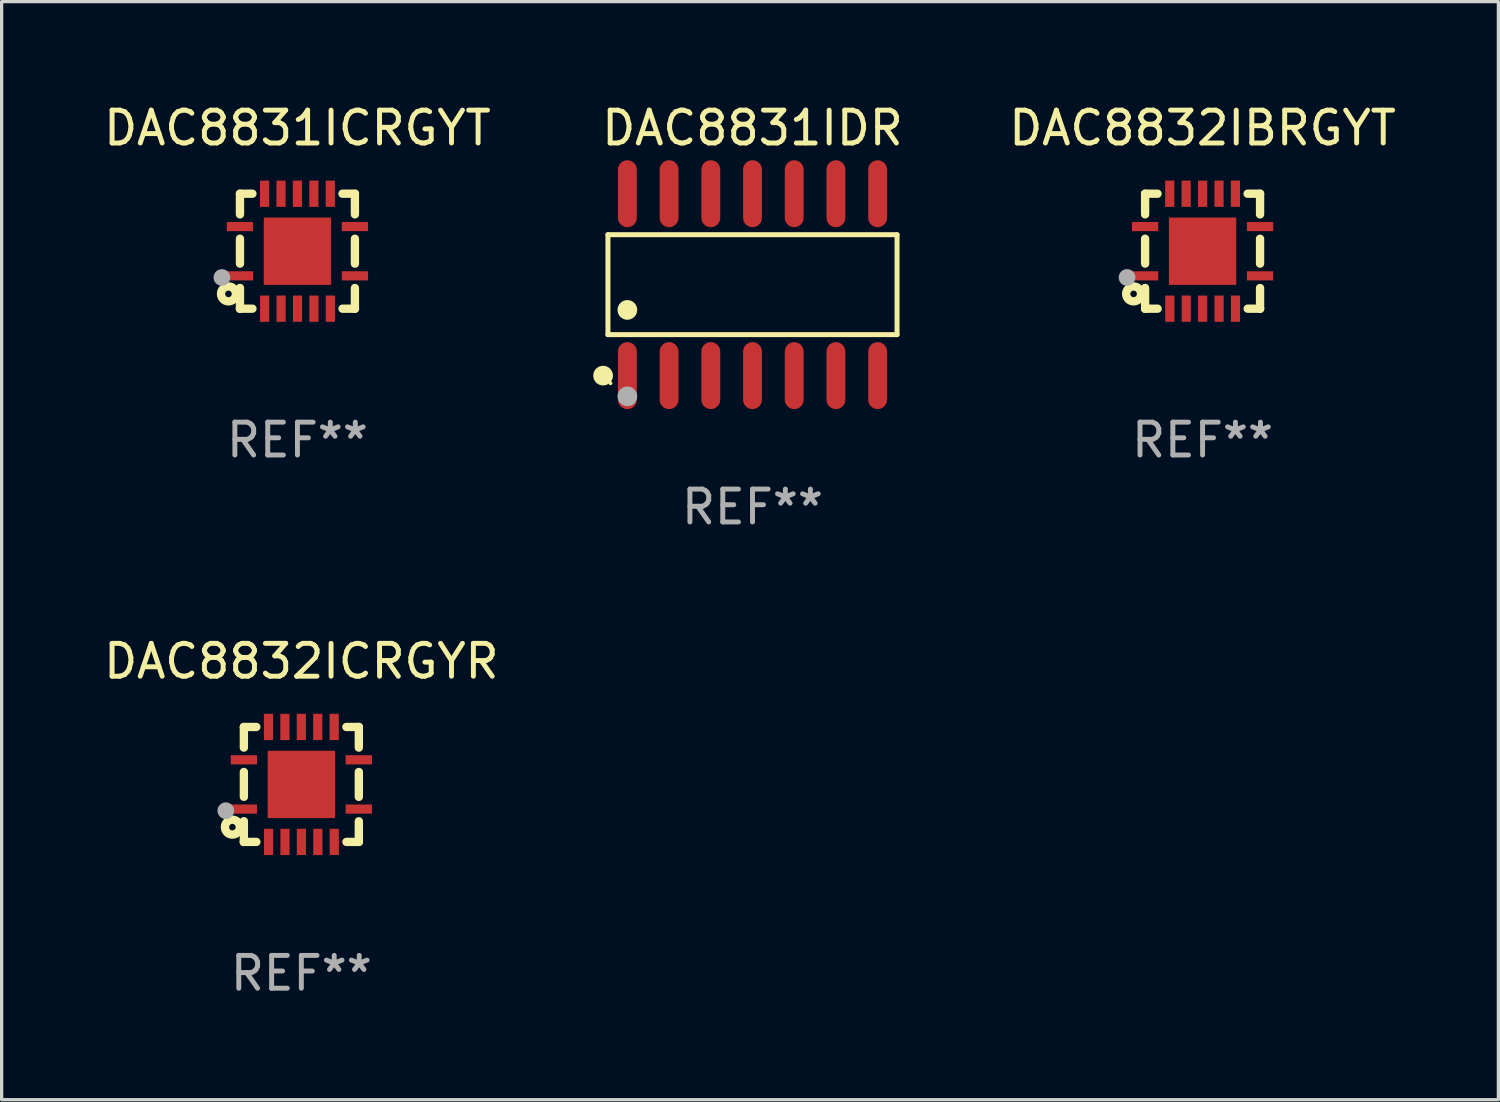
<source format=kicad_pcb>
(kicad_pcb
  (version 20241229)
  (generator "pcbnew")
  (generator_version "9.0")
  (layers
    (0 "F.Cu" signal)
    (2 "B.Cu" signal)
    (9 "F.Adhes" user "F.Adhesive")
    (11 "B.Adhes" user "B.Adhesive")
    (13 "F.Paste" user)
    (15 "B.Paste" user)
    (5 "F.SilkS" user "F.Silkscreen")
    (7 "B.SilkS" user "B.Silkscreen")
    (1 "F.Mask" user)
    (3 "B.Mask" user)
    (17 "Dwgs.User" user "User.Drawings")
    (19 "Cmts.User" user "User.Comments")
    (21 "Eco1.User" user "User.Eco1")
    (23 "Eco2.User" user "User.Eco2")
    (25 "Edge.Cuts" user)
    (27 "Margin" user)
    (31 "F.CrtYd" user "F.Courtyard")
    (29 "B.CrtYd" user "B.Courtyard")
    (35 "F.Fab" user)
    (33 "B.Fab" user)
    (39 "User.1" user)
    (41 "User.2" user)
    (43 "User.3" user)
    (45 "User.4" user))
  (footprint "DAC8832IBRGYT"
    (layer "F.Cu")
    (at 33.564 4.598)
    (property "Reference" "DAC8832IBRGYT" (at 0 -3.75 0) (layer "F.SilkS") (effects (font (size 1 1) (thickness 0.15))))
    (attr through_hole)
    (fp_line (start -1.75 1.75) (end -1.37 1.75) (stroke (width 0.254) (type solid)) (layer "F.SilkS"))
    (fp_line (start -1.75 -1.75) (end -1.75 -1.121) (stroke (width 0.254) (type solid)) (layer "F.SilkS"))
    (fp_line (start -1.75 -0.379) (end -1.75 0.377) (stroke (width 0.254) (type solid)) (layer "F.SilkS"))
    (fp_line (start -1.75 1.119) (end -1.75 1.75) (stroke (width 0.254) (type solid)) (layer "F.SilkS"))
    (fp_line (start -1.75 1.75) (end -1.75 1.75) (stroke (width 0.254) (type solid)) (layer "F.SilkS"))
    (fp_line (start -1.371 -1.75) (end -1.75 -1.75) (stroke (width 0.254) (type solid)) (layer "F.SilkS"))
    (fp_line (start 1.373 1.75) (end 1.75 1.75) (stroke (width 0.254) (type solid)) (layer "F.SilkS"))
    (fp_line (start 1.75 1.75) (end 1.75 1.75) (stroke (width 0.254) (type solid)) (layer "F.SilkS"))
    (fp_line (start 1.75 -1.75) (end 1.371 -1.75) (stroke (width 0.254) (type solid)) (layer "F.SilkS"))
    (fp_line (start 1.75 -1.121) (end 1.75 -1.75) (stroke (width 0.254) (type solid)) (layer "F.SilkS"))
    (fp_line (start 1.75 0.379) (end 1.75 -0.379) (stroke (width 0.254) (type solid)) (layer "F.SilkS"))
    (fp_line (start 1.75 1.75) (end 1.75 1.121) (stroke (width 0.254) (type solid)) (layer "F.SilkS"))
    (fp_circle (center -2.1 1.3) (end -2 1.3) (stroke (width 0.254) (type solid)) (fill no) (layer "F.SilkS"))
    (fp_circle (center -1.747 1.751) (end -1.717 1.751) (stroke (width 0.06) (type solid)) (fill no) (layer "F.SilkS"))
    (fp_circle (center -2.3 0.8) (end -2.173 0.8) (stroke (width 0.254) (type solid)) (fill no) (layer "F.Fab"))
    (fp_text user "REF**" (at 0 5.75 0) (layer "F.Fab") (effects (font (size 1 1) (thickness 0.15))))
    (pad "1" smd rect (at -1.75 0.75 270) (size 0.28 0.8) (layers "F.Cu" "F.Mask" "F.Paste"))
    (pad "2" smd rect (at -0.998 1.75 180) (size 0.28 0.8) (layers "F.Cu" "F.Mask" "F.Paste"))
    (pad "3" smd rect (at -0.498 1.75 180) (size 0.28 0.8) (layers "F.Cu" "F.Mask" "F.Paste"))
    (pad "4" smd rect (at 0.002 1.75 180) (size 0.28 0.8) (layers "F.Cu" "F.Mask" "F.Paste"))
    (pad "5" smd rect (at 0.502 1.75 180) (size 0.28 0.8) (layers "F.Cu" "F.Mask" "F.Paste"))
    (pad "6" smd rect (at 1.002 1.75 180) (size 0.28 0.8) (layers "F.Cu" "F.Mask" "F.Paste"))
    (pad "7" smd rect (at 1.75 0.75 270) (size 0.28 0.8) (layers "F.Cu" "F.Mask" "F.Paste"))
    (pad "8" smd rect (at 1.75 -0.75 270) (size 0.28 0.8) (layers "F.Cu" "F.Mask" "F.Paste"))
    (pad "9" smd rect (at 1 -1.75) (size 0.28 0.8) (layers "F.Cu" "F.Mask" "F.Paste"))
    (pad "10" smd rect (at 0.5 -1.75) (size 0.28 0.8) (layers "F.Cu" "F.Mask" "F.Paste"))
    (pad "11" smd rect (at 0 -1.75) (size 0.28 0.8) (layers "F.Cu" "F.Mask" "F.Paste"))
    (pad "12" smd rect (at -0.5 -1.75) (size 0.28 0.8) (layers "F.Cu" "F.Mask" "F.Paste"))
    (pad "13" smd rect (at -1 -1.75) (size 0.28 0.8) (layers "F.Cu" "F.Mask" "F.Paste"))
    (pad "14" smd rect (at -1.75 -0.75 90) (size 0.28 0.8) (layers "F.Cu" "F.Mask" "F.Paste"))
    (pad "15" smd rect (at 0 0 180) (size 2.05 2.05) (layers "F.Cu" "F.Mask" "F.Paste")))
  (footprint "DAC8831IDR"
    (layer "F.Cu")
    (at 19.861 5.617)
    (property "Reference" "DAC8831IDR" (at 0 -4.769 0) (layer "F.SilkS") (effects (font (size 1 1) (thickness 0.15))))
    (attr through_hole)
    (fp_line (start -4.401 -1.521) (end 4.401 -1.521) (stroke (width 0.152) (type solid)) (layer "F.SilkS"))
    (fp_line (start -4.401 1.521) (end -4.401 -1.521) (stroke (width 0.152) (type solid)) (layer "F.SilkS"))
    (fp_line (start 4.401 -1.521) (end 4.401 1.521) (stroke (width 0.152) (type solid)) (layer "F.SilkS"))
    (fp_line (start 4.401 1.521) (end -4.401 1.521) (stroke (width 0.152) (type solid)) (layer "F.SilkS"))
    (fp_circle (center -4.549 2.769) (end -4.399 2.769) (stroke (width 0.3) (type solid)) (fill no) (layer "F.SilkS"))
    (fp_circle (center -4.325 3) (end -4.295 3) (stroke (width 0.06) (type solid)) (fill no) (layer "F.SilkS"))
    (fp_circle (center -3.81 0.769) (end -3.66 0.769) (stroke (width 0.3) (type solid)) (fill no) (layer "F.SilkS"))
    (fp_circle (center -3.81 3.4) (end -3.66 3.4) (stroke (width 0.3) (type solid)) (fill no) (layer "F.Fab"))
    (fp_text user "REF**" (at 0 6.769 0) (layer "F.Fab") (effects (font (size 1 1) (thickness 0.15))))
    (pad "1" smd oval (at -3.81 2.769) (size 0.574 2.038) (layers "F.Cu" "F.Mask" "F.Paste"))
    (pad "2" smd oval (at -2.54 2.769) (size 0.574 2.038) (layers "F.Cu" "F.Mask" "F.Paste"))
    (pad "3" smd oval (at -1.27 2.769) (size 0.574 2.038) (layers "F.Cu" "F.Mask" "F.Paste"))
    (pad "4" smd oval (at 0 2.769) (size 0.574 2.038) (layers "F.Cu" "F.Mask" "F.Paste"))
    (pad "5" smd oval (at 1.27 2.769) (size 0.574 2.038) (layers "F.Cu" "F.Mask" "F.Paste"))
    (pad "6" smd oval (at 2.54 2.769) (size 0.574 2.038) (layers "F.Cu" "F.Mask" "F.Paste"))
    (pad "7" smd oval (at 3.81 2.769) (size 0.574 2.038) (layers "F.Cu" "F.Mask" "F.Paste"))
    (pad "8" smd oval (at 3.81 -2.769) (size 0.574 2.038) (layers "F.Cu" "F.Mask" "F.Paste"))
    (pad "9" smd oval (at 2.54 -2.769) (size 0.574 2.038) (layers "F.Cu" "F.Mask" "F.Paste"))
    (pad "10" smd oval (at 1.27 -2.769) (size 0.574 2.038) (layers "F.Cu" "F.Mask" "F.Paste"))
    (pad "11" smd oval (at 0 -2.769) (size 0.574 2.038) (layers "F.Cu" "F.Mask" "F.Paste"))
    (pad "12" smd oval (at -1.27 -2.769) (size 0.574 2.038) (layers "F.Cu" "F.Mask" "F.Paste"))
    (pad "13" smd oval (at -2.54 -2.769) (size 0.574 2.038) (layers "F.Cu" "F.Mask" "F.Paste"))
    (pad "14" smd oval (at -3.81 -2.769) (size 0.574 2.038) (layers "F.Cu" "F.Mask" "F.Paste")))
  (footprint "DAC8831ICRGYT"
    (layer "F.Cu")
    (at 6.006 4.598)
    (property "Reference" "DAC8831ICRGYT" (at 0 -3.75 0) (layer "F.SilkS") (effects (font (size 1 1) (thickness 0.15))))
    (attr through_hole)
    (fp_line (start -1.75 1.75) (end -1.37 1.75) (stroke (width 0.254) (type solid)) (layer "F.SilkS"))
    (fp_line (start -1.75 -1.75) (end -1.75 -1.121) (stroke (width 0.254) (type solid)) (layer "F.SilkS"))
    (fp_line (start -1.75 -0.379) (end -1.75 0.377) (stroke (width 0.254) (type solid)) (layer "F.SilkS"))
    (fp_line (start -1.75 1.119) (end -1.75 1.75) (stroke (width 0.254) (type solid)) (layer "F.SilkS"))
    (fp_line (start -1.75 1.75) (end -1.75 1.75) (stroke (width 0.254) (type solid)) (layer "F.SilkS"))
    (fp_line (start -1.371 -1.75) (end -1.75 -1.75) (stroke (width 0.254) (type solid)) (layer "F.SilkS"))
    (fp_line (start 1.373 1.75) (end 1.75 1.75) (stroke (width 0.254) (type solid)) (layer "F.SilkS"))
    (fp_line (start 1.75 1.75) (end 1.75 1.75) (stroke (width 0.254) (type solid)) (layer "F.SilkS"))
    (fp_line (start 1.75 -1.75) (end 1.371 -1.75) (stroke (width 0.254) (type solid)) (layer "F.SilkS"))
    (fp_line (start 1.75 -1.121) (end 1.75 -1.75) (stroke (width 0.254) (type solid)) (layer "F.SilkS"))
    (fp_line (start 1.75 0.379) (end 1.75 -0.379) (stroke (width 0.254) (type solid)) (layer "F.SilkS"))
    (fp_line (start 1.75 1.75) (end 1.75 1.121) (stroke (width 0.254) (type solid)) (layer "F.SilkS"))
    (fp_circle (center -2.1 1.3) (end -2 1.3) (stroke (width 0.254) (type solid)) (fill no) (layer "F.SilkS"))
    (fp_circle (center -1.747 1.751) (end -1.717 1.751) (stroke (width 0.06) (type solid)) (fill no) (layer "F.SilkS"))
    (fp_circle (center -2.3 0.8) (end -2.173 0.8) (stroke (width 0.254) (type solid)) (fill no) (layer "F.Fab"))
    (fp_text user "REF**" (at 0 5.75 0) (layer "F.Fab") (effects (font (size 1 1) (thickness 0.15))))
    (pad "1" smd rect (at -1.75 0.75 270) (size 0.28 0.8) (layers "F.Cu" "F.Mask" "F.Paste"))
    (pad "2" smd rect (at -0.998 1.75 180) (size 0.28 0.8) (layers "F.Cu" "F.Mask" "F.Paste"))
    (pad "3" smd rect (at -0.498 1.75 180) (size 0.28 0.8) (layers "F.Cu" "F.Mask" "F.Paste"))
    (pad "4" smd rect (at 0.002 1.75 180) (size 0.28 0.8) (layers "F.Cu" "F.Mask" "F.Paste"))
    (pad "5" smd rect (at 0.502 1.75 180) (size 0.28 0.8) (layers "F.Cu" "F.Mask" "F.Paste"))
    (pad "6" smd rect (at 1.002 1.75 180) (size 0.28 0.8) (layers "F.Cu" "F.Mask" "F.Paste"))
    (pad "7" smd rect (at 1.75 0.75 270) (size 0.28 0.8) (layers "F.Cu" "F.Mask" "F.Paste"))
    (pad "8" smd rect (at 1.75 -0.75 270) (size 0.28 0.8) (layers "F.Cu" "F.Mask" "F.Paste"))
    (pad "9" smd rect (at 1 -1.75) (size 0.28 0.8) (layers "F.Cu" "F.Mask" "F.Paste"))
    (pad "10" smd rect (at 0.5 -1.75) (size 0.28 0.8) (layers "F.Cu" "F.Mask" "F.Paste"))
    (pad "11" smd rect (at 0 -1.75) (size 0.28 0.8) (layers "F.Cu" "F.Mask" "F.Paste"))
    (pad "12" smd rect (at -0.5 -1.75) (size 0.28 0.8) (layers "F.Cu" "F.Mask" "F.Paste"))
    (pad "13" smd rect (at -1 -1.75) (size 0.28 0.8) (layers "F.Cu" "F.Mask" "F.Paste"))
    (pad "14" smd rect (at -1.75 -0.75 90) (size 0.28 0.8) (layers "F.Cu" "F.Mask" "F.Paste"))
    (pad "15" smd rect (at 0 0 180) (size 2.05 2.05) (layers "F.Cu" "F.Mask" "F.Paste")))
  (footprint "DAC8832ICRGYR"
    (layer "F.Cu")
    (at 6.125 20.833)
    (property "Reference" "DAC8832ICRGYR" (at 0 -3.75 0) (layer "F.SilkS") (effects (font (size 1 1) (thickness 0.15))))
    (attr through_hole)
    (fp_line (start -1.75 1.75) (end -1.37 1.75) (stroke (width 0.254) (type solid)) (layer "F.SilkS"))
    (fp_line (start -1.75 -1.75) (end -1.75 -1.121) (stroke (width 0.254) (type solid)) (layer "F.SilkS"))
    (fp_line (start -1.75 -0.379) (end -1.75 0.377) (stroke (width 0.254) (type solid)) (layer "F.SilkS"))
    (fp_line (start -1.75 1.119) (end -1.75 1.75) (stroke (width 0.254) (type solid)) (layer "F.SilkS"))
    (fp_line (start -1.75 1.75) (end -1.75 1.75) (stroke (width 0.254) (type solid)) (layer "F.SilkS"))
    (fp_line (start -1.371 -1.75) (end -1.75 -1.75) (stroke (width 0.254) (type solid)) (layer "F.SilkS"))
    (fp_line (start 1.373 1.75) (end 1.75 1.75) (stroke (width 0.254) (type solid)) (layer "F.SilkS"))
    (fp_line (start 1.75 1.75) (end 1.75 1.75) (stroke (width 0.254) (type solid)) (layer "F.SilkS"))
    (fp_line (start 1.75 -1.75) (end 1.371 -1.75) (stroke (width 0.254) (type solid)) (layer "F.SilkS"))
    (fp_line (start 1.75 -1.121) (end 1.75 -1.75) (stroke (width 0.254) (type solid)) (layer "F.SilkS"))
    (fp_line (start 1.75 0.379) (end 1.75 -0.379) (stroke (width 0.254) (type solid)) (layer "F.SilkS"))
    (fp_line (start 1.75 1.75) (end 1.75 1.121) (stroke (width 0.254) (type solid)) (layer "F.SilkS"))
    (fp_circle (center -2.1 1.3) (end -2 1.3) (stroke (width 0.254) (type solid)) (fill no) (layer "F.SilkS"))
    (fp_circle (center -1.747 1.751) (end -1.717 1.751) (stroke (width 0.06) (type solid)) (fill no) (layer "F.SilkS"))
    (fp_circle (center -2.3 0.8) (end -2.173 0.8) (stroke (width 0.254) (type solid)) (fill no) (layer "F.Fab"))
    (fp_text user "REF**" (at 0 5.75 0) (layer "F.Fab") (effects (font (size 1 1) (thickness 0.15))))
    (pad "1" smd rect (at -1.75 0.75 270) (size 0.28 0.8) (layers "F.Cu" "F.Mask" "F.Paste"))
    (pad "2" smd rect (at -0.998 1.75 180) (size 0.28 0.8) (layers "F.Cu" "F.Mask" "F.Paste"))
    (pad "3" smd rect (at -0.498 1.75 180) (size 0.28 0.8) (layers "F.Cu" "F.Mask" "F.Paste"))
    (pad "4" smd rect (at 0.002 1.75 180) (size 0.28 0.8) (layers "F.Cu" "F.Mask" "F.Paste"))
    (pad "5" smd rect (at 0.502 1.75 180) (size 0.28 0.8) (layers "F.Cu" "F.Mask" "F.Paste"))
    (pad "6" smd rect (at 1.002 1.75 180) (size 0.28 0.8) (layers "F.Cu" "F.Mask" "F.Paste"))
    (pad "7" smd rect (at 1.75 0.75 270) (size 0.28 0.8) (layers "F.Cu" "F.Mask" "F.Paste"))
    (pad "8" smd rect (at 1.75 -0.75 270) (size 0.28 0.8) (layers "F.Cu" "F.Mask" "F.Paste"))
    (pad "9" smd rect (at 1 -1.75) (size 0.28 0.8) (layers "F.Cu" "F.Mask" "F.Paste"))
    (pad "10" smd rect (at 0.5 -1.75) (size 0.28 0.8) (layers "F.Cu" "F.Mask" "F.Paste"))
    (pad "11" smd rect (at 0 -1.75) (size 0.28 0.8) (layers "F.Cu" "F.Mask" "F.Paste"))
    (pad "12" smd rect (at -0.5 -1.75) (size 0.28 0.8) (layers "F.Cu" "F.Mask" "F.Paste"))
    (pad "13" smd rect (at -1 -1.75) (size 0.28 0.8) (layers "F.Cu" "F.Mask" "F.Paste"))
    (pad "14" smd rect (at -1.75 -0.75 90) (size 0.28 0.8) (layers "F.Cu" "F.Mask" "F.Paste"))
    (pad "15" smd rect (at 0 0 180) (size 2.05 2.05) (layers "F.Cu" "F.Mask" "F.Paste")))
  (gr_rect
    (start -3 -3)
    (end 42.57 30.431)
    (stroke (width 0.1) (type default))
    (fill no)
    (layer "Edge.Cuts")))
</source>
